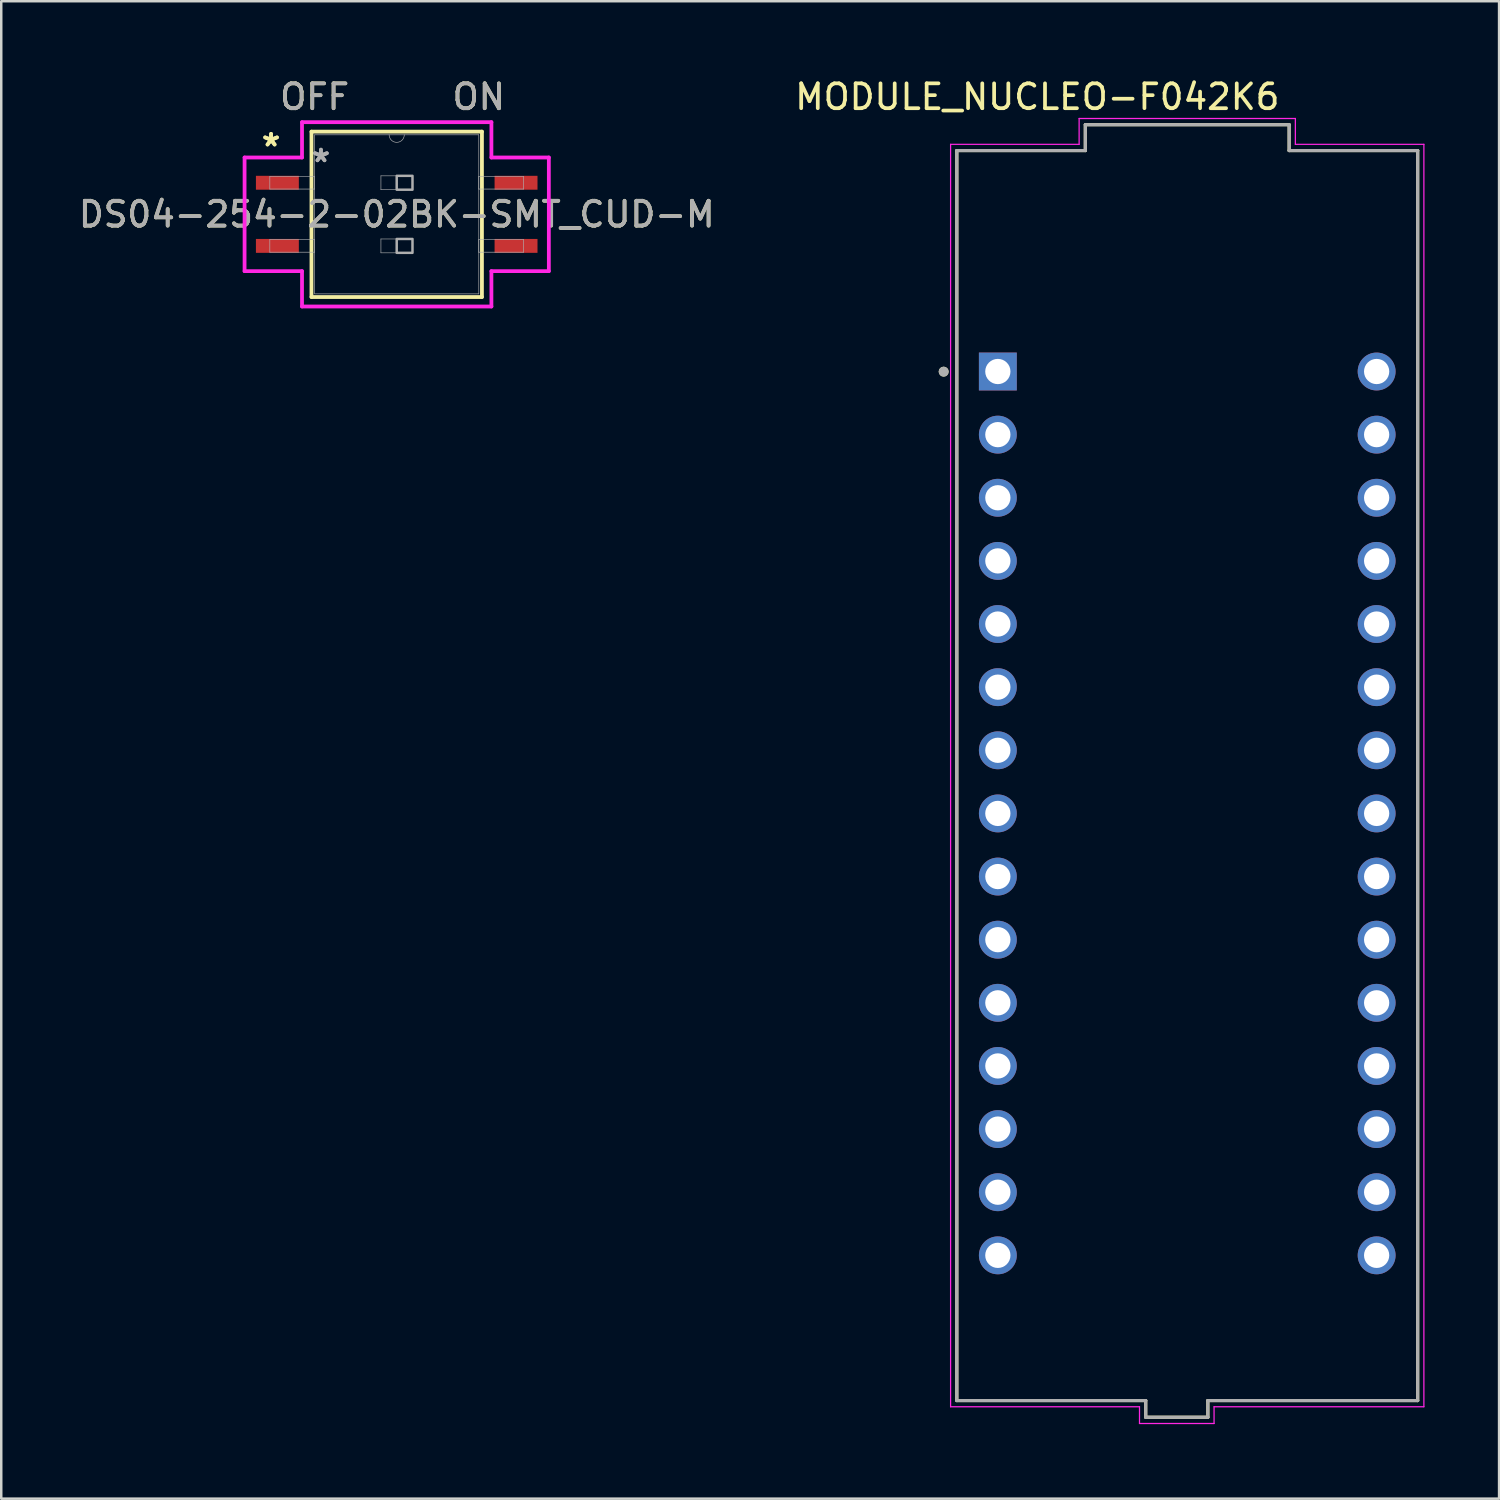
<source format=kicad_pcb>
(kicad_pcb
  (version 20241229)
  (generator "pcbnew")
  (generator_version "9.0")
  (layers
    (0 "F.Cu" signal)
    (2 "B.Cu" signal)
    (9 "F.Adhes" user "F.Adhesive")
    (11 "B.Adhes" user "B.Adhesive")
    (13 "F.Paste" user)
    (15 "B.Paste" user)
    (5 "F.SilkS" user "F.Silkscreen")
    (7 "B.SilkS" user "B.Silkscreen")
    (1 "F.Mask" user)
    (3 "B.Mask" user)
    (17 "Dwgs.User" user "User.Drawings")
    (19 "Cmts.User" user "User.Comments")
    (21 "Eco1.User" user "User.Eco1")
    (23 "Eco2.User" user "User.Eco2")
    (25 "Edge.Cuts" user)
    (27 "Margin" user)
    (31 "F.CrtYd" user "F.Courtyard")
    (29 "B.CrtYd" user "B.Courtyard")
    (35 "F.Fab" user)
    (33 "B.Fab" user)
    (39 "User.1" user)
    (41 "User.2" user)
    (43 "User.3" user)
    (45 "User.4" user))
  (footprint "MODULE_NUCLEO-F042K6"
    (layer "F.Cu")
    (at 44.717 28.153)
    (property "Reference" "MODULE_NUCLEO-F042K6" (at -6.032 -27.305 0) (layer "F.SilkS") (effects (font (size 1 1) (thickness 0.15))))
    (attr through_hole)
    (fp_line (start -9.271 -25.146) (end -4.1 -25.146) (stroke (width 0.127) (type solid)) (layer "F.SilkS"))
    (fp_line (start -9.271 25.146) (end -9.271 -25.146) (stroke (width 0.127) (type solid)) (layer "F.SilkS"))
    (fp_line (start -4.1 -26.186) (end 4.1 -26.186) (stroke (width 0.127) (type solid)) (layer "F.SilkS"))
    (fp_line (start -4.1 -25.146) (end -4.1 -26.186) (stroke (width 0.127) (type solid)) (layer "F.SilkS"))
    (fp_line (start -1.671 25.146) (end -9.271 25.146) (stroke (width 0.127) (type solid)) (layer "F.SilkS"))
    (fp_line (start -1.671 25.146) (end -1.671 25.819) (stroke (width 0.127) (type solid)) (layer "F.SilkS"))
    (fp_line (start -1.671 25.819) (end 0.829 25.819) (stroke (width 0.127) (type solid)) (layer "F.SilkS"))
    (fp_line (start 0.829 25.819) (end 0.829 25.146) (stroke (width 0.127) (type solid)) (layer "F.SilkS"))
    (fp_line (start 4.1 -26.186) (end 4.1 -25.146) (stroke (width 0.127) (type solid)) (layer "F.SilkS"))
    (fp_line (start 4.1 -25.146) (end 9.271 -25.146) (stroke (width 0.127) (type solid)) (layer "F.SilkS"))
    (fp_line (start 9.271 -25.146) (end 9.271 25.146) (stroke (width 0.127) (type solid)) (layer "F.SilkS"))
    (fp_line (start 9.271 25.146) (end 0.829 25.146) (stroke (width 0.127) (type solid)) (layer "F.SilkS"))
    (fp_circle (center -9.8 -16.25) (end -9.7 -16.25) (stroke (width 0.2) (type solid)) (fill no) (layer "F.SilkS"))
    (fp_line (start -9.521 -25.396) (end -4.35 -25.396) (stroke (width 0.05) (type solid)) (layer "F.CrtYd"))
    (fp_line (start -9.521 25.396) (end -9.521 -25.396) (stroke (width 0.05) (type solid)) (layer "F.CrtYd"))
    (fp_line (start -4.35 -26.436) (end 4.35 -26.436) (stroke (width 0.05) (type solid)) (layer "F.CrtYd"))
    (fp_line (start -4.35 -25.396) (end -4.35 -26.436) (stroke (width 0.05) (type solid)) (layer "F.CrtYd"))
    (fp_line (start -1.921 25.396) (end -9.521 25.396) (stroke (width 0.05) (type solid)) (layer "F.CrtYd"))
    (fp_line (start -1.921 25.396) (end -1.921 26.069) (stroke (width 0.05) (type solid)) (layer "F.CrtYd"))
    (fp_line (start -1.921 26.069) (end 1.079 26.069) (stroke (width 0.05) (type solid)) (layer "F.CrtYd"))
    (fp_line (start 1.079 26.069) (end 1.079 25.396) (stroke (width 0.05) (type solid)) (layer "F.CrtYd"))
    (fp_line (start 4.35 -26.436) (end 4.35 -25.396) (stroke (width 0.05) (type solid)) (layer "F.CrtYd"))
    (fp_line (start 4.35 -25.396) (end 9.521 -25.396) (stroke (width 0.05) (type solid)) (layer "F.CrtYd"))
    (fp_line (start 9.521 -25.396) (end 9.521 25.396) (stroke (width 0.05) (type solid)) (layer "F.CrtYd"))
    (fp_line (start 9.521 25.396) (end 1.079 25.396) (stroke (width 0.05) (type solid)) (layer "F.CrtYd"))
    (fp_line (start -9.271 -25.146) (end -4.1 -25.146) (stroke (width 0.127) (type solid)) (layer "F.Fab"))
    (fp_line (start -9.271 25.146) (end -9.271 -25.146) (stroke (width 0.127) (type solid)) (layer "F.Fab"))
    (fp_line (start -4.1 -26.186) (end 4.1 -26.186) (stroke (width 0.127) (type solid)) (layer "F.Fab"))
    (fp_line (start -4.1 -25.146) (end -4.1 -26.186) (stroke (width 0.127) (type solid)) (layer "F.Fab"))
    (fp_line (start -1.671 25.146) (end -9.271 25.146) (stroke (width 0.127) (type solid)) (layer "F.Fab"))
    (fp_line (start -1.671 25.146) (end -1.671 25.819) (stroke (width 0.127) (type solid)) (layer "F.Fab"))
    (fp_line (start -1.671 25.819) (end 0.829 25.819) (stroke (width 0.127) (type solid)) (layer "F.Fab"))
    (fp_line (start 0.829 25.819) (end 0.829 25.146) (stroke (width 0.127) (type solid)) (layer "F.Fab"))
    (fp_line (start 4.1 -26.186) (end 4.1 -25.146) (stroke (width 0.127) (type solid)) (layer "F.Fab"))
    (fp_line (start 4.1 -25.146) (end 9.271 -25.146) (stroke (width 0.127) (type solid)) (layer "F.Fab"))
    (fp_line (start 9.271 -25.146) (end 9.271 25.146) (stroke (width 0.127) (type solid)) (layer "F.Fab"))
    (fp_line (start 9.271 25.146) (end 0.829 25.146) (stroke (width 0.127) (type solid)) (layer "F.Fab"))
    (fp_circle (center -9.8 -16.25) (end -9.7 -16.25) (stroke (width 0.2) (type solid)) (fill no) (layer "F.Fab"))
    (pad "CN3_1" thru_hole rect (at -7.62 -16.256) (size 1.524 1.524) (drill 1.016) (layers "*.Cu" "*.Mask"))
    (pad "CN3_2" thru_hole circle (at -7.62 -13.716) (size 1.524 1.524) (drill 1.016) (layers "*.Cu" "*.Mask"))
    (pad "CN3_3" thru_hole circle (at -7.62 -11.176) (size 1.524 1.524) (drill 1.016) (layers "*.Cu" "*.Mask"))
    (pad "CN3_4" thru_hole circle (at -7.62 -8.636) (size 1.524 1.524) (drill 1.016) (layers "*.Cu" "*.Mask"))
    (pad "CN3_5" thru_hole circle (at -7.62 -6.096) (size 1.524 1.524) (drill 1.016) (layers "*.Cu" "*.Mask"))
    (pad "CN3_6" thru_hole circle (at -7.62 -3.556) (size 1.524 1.524) (drill 1.016) (layers "*.Cu" "*.Mask"))
    (pad "CN3_7" thru_hole circle (at -7.62 -1.016) (size 1.524 1.524) (drill 1.016) (layers "*.Cu" "*.Mask"))
    (pad "CN3_8" thru_hole circle (at -7.62 1.524) (size 1.524 1.524) (drill 1.016) (layers "*.Cu" "*.Mask"))
    (pad "CN3_9" thru_hole circle (at -7.62 4.064) (size 1.524 1.524) (drill 1.016) (layers "*.Cu" "*.Mask"))
    (pad "CN3_10" thru_hole circle (at -7.62 6.604) (size 1.524 1.524) (drill 1.016) (layers "*.Cu" "*.Mask"))
    (pad "CN3_11" thru_hole circle (at -7.62 9.144) (size 1.524 1.524) (drill 1.016) (layers "*.Cu" "*.Mask"))
    (pad "CN3_12" thru_hole circle (at -7.62 11.684) (size 1.524 1.524) (drill 1.016) (layers "*.Cu" "*.Mask"))
    (pad "CN3_13" thru_hole circle (at -7.62 14.224) (size 1.524 1.524) (drill 1.016) (layers "*.Cu" "*.Mask"))
    (pad "CN3_14" thru_hole circle (at -7.62 16.764) (size 1.524 1.524) (drill 1.016) (layers "*.Cu" "*.Mask"))
    (pad "CN3_15" thru_hole circle (at -7.62 19.304) (size 1.524 1.524) (drill 1.016) (layers "*.Cu" "*.Mask"))
    (pad "CN4_1" thru_hole circle (at 7.62 -16.256) (size 1.524 1.524) (drill 1.016) (layers "*.Cu" "*.Mask"))
    (pad "CN4_2" thru_hole circle (at 7.62 -13.716) (size 1.524 1.524) (drill 1.016) (layers "*.Cu" "*.Mask"))
    (pad "CN4_3" thru_hole circle (at 7.62 -11.176) (size 1.524 1.524) (drill 1.016) (layers "*.Cu" "*.Mask"))
    (pad "CN4_4" thru_hole circle (at 7.62 -8.636) (size 1.524 1.524) (drill 1.016) (layers "*.Cu" "*.Mask"))
    (pad "CN4_5" thru_hole circle (at 7.62 -6.096) (size 1.524 1.524) (drill 1.016) (layers "*.Cu" "*.Mask"))
    (pad "CN4_6" thru_hole circle (at 7.62 -3.556) (size 1.524 1.524) (drill 1.016) (layers "*.Cu" "*.Mask"))
    (pad "CN4_7" thru_hole circle (at 7.62 -1.016) (size 1.524 1.524) (drill 1.016) (layers "*.Cu" "*.Mask"))
    (pad "CN4_8" thru_hole circle (at 7.62 1.524) (size 1.524 1.524) (drill 1.016) (layers "*.Cu" "*.Mask"))
    (pad "CN4_9" thru_hole circle (at 7.62 4.064) (size 1.524 1.524) (drill 1.016) (layers "*.Cu" "*.Mask"))
    (pad "CN4_10" thru_hole circle (at 7.62 6.604) (size 1.524 1.524) (drill 1.016) (layers "*.Cu" "*.Mask"))
    (pad "CN4_11" thru_hole circle (at 7.62 9.144) (size 1.524 1.524) (drill 1.016) (layers "*.Cu" "*.Mask"))
    (pad "CN4_12" thru_hole circle (at 7.62 11.684) (size 1.524 1.524) (drill 1.016) (layers "*.Cu" "*.Mask"))
    (pad "CN4_13" thru_hole circle (at 7.62 14.224) (size 1.524 1.524) (drill 1.016) (layers "*.Cu" "*.Mask"))
    (pad "CN4_14" thru_hole circle (at 7.62 16.764) (size 1.524 1.524) (drill 1.016) (layers "*.Cu" "*.Mask"))
    (pad "CN4_15" thru_hole circle (at 7.62 19.304) (size 1.524 1.524) (drill 1.016) (layers "*.Cu" "*.Mask")))
  (footprint "DS04-254-2-02BK-SMT_CUD-M"
    (layer "F.Cu")
    (at 12.911 5.573)
    (property "Reference" "DS04-254-2-02BK-SMT_CUD-M" (at 0 0 0) (unlocked yes) (layer "F.SilkS") (effects (font (size 1 1) (thickness 0.15))))
    (attr smd)
    (fp_line (start -3.429 -3.327) (end -3.429 3.327) (stroke (width 0.152) (type solid)) (layer "F.SilkS"))
    (fp_line (start -3.429 3.327) (end 3.429 3.327) (stroke (width 0.152) (type solid)) (layer "F.SilkS"))
    (fp_line (start 3.429 -3.327) (end -3.429 -3.327) (stroke (width 0.152) (type solid)) (layer "F.SilkS"))
    (fp_line (start 3.429 3.327) (end 3.429 -3.327) (stroke (width 0.152) (type solid)) (layer "F.SilkS"))
    (fp_line (start -6.121 -2.286) (end -3.81 -2.286) (stroke (width 0.152) (type solid)) (layer "F.CrtYd"))
    (fp_line (start -6.121 2.286) (end -6.121 -2.286) (stroke (width 0.152) (type solid)) (layer "F.CrtYd"))
    (fp_line (start -3.81 -3.708) (end 3.81 -3.708) (stroke (width 0.152) (type solid)) (layer "F.CrtYd"))
    (fp_line (start -3.81 -2.286) (end -3.81 -3.708) (stroke (width 0.152) (type solid)) (layer "F.CrtYd"))
    (fp_line (start -3.81 2.286) (end -6.121 2.286) (stroke (width 0.152) (type solid)) (layer "F.CrtYd"))
    (fp_line (start -3.81 3.708) (end -3.81 2.286) (stroke (width 0.152) (type solid)) (layer "F.CrtYd"))
    (fp_line (start 3.81 -3.708) (end 3.81 -2.286) (stroke (width 0.152) (type solid)) (layer "F.CrtYd"))
    (fp_line (start 3.81 -2.286) (end 6.121 -2.286) (stroke (width 0.152) (type solid)) (layer "F.CrtYd"))
    (fp_line (start 3.81 2.286) (end 3.81 3.708) (stroke (width 0.152) (type solid)) (layer "F.CrtYd"))
    (fp_line (start 3.81 3.708) (end -3.81 3.708) (stroke (width 0.152) (type solid)) (layer "F.CrtYd"))
    (fp_line (start 6.121 -2.286) (end 6.121 2.286) (stroke (width 0.152) (type solid)) (layer "F.CrtYd"))
    (fp_line (start 6.121 2.286) (end 3.81 2.286) (stroke (width 0.152) (type solid)) (layer "F.CrtYd"))
    (fp_line (start -5.105 -1.524) (end -5.105 -1.016) (stroke (width 0.025) (type solid)) (layer "F.Fab"))
    (fp_line (start -5.105 -1.016) (end -3.302 -1.016) (stroke (width 0.025) (type solid)) (layer "F.Fab"))
    (fp_line (start -5.105 1.016) (end -5.105 1.524) (stroke (width 0.025) (type solid)) (layer "F.Fab"))
    (fp_line (start -5.105 1.524) (end -3.302 1.524) (stroke (width 0.025) (type solid)) (layer "F.Fab"))
    (fp_line (start -3.302 -3.2) (end -3.302 3.2) (stroke (width 0.025) (type solid)) (layer "F.Fab"))
    (fp_line (start -3.302 -1.524) (end -5.105 -1.524) (stroke (width 0.025) (type solid)) (layer "F.Fab"))
    (fp_line (start -3.302 -1.016) (end -3.302 -1.524) (stroke (width 0.025) (type solid)) (layer "F.Fab"))
    (fp_line (start -3.302 1.016) (end -5.105 1.016) (stroke (width 0.025) (type solid)) (layer "F.Fab"))
    (fp_line (start -3.302 1.524) (end -3.302 1.016) (stroke (width 0.025) (type solid)) (layer "F.Fab"))
    (fp_line (start -3.302 3.2) (end 3.302 3.2) (stroke (width 0.025) (type solid)) (layer "F.Fab"))
    (fp_line (start -0.635 -1.549) (end 0.635 -1.549) (stroke (width 0.025) (type solid)) (layer "F.Fab"))
    (fp_line (start -0.635 -0.991) (end -0.635 -1.549) (stroke (width 0.025) (type solid)) (layer "F.Fab"))
    (fp_line (start -0.635 0.991) (end 0.635 0.991) (stroke (width 0.025) (type solid)) (layer "F.Fab"))
    (fp_line (start -0.635 1.549) (end -0.635 0.991) (stroke (width 0.025) (type solid)) (layer "F.Fab"))
    (fp_line (start 0.635 -1.549) (end 0.635 -0.991) (stroke (width 0.025) (type solid)) (layer "F.Fab"))
    (fp_line (start 0.635 -0.991) (end -0.635 -0.991) (stroke (width 0.025) (type solid)) (layer "F.Fab"))
    (fp_line (start 0.635 0.991) (end 0.635 1.549) (stroke (width 0.025) (type solid)) (layer "F.Fab"))
    (fp_line (start 0.635 1.549) (end -0.635 1.549) (stroke (width 0.025) (type solid)) (layer "F.Fab"))
    (fp_line (start 3.302 -3.2) (end -3.302 -3.2) (stroke (width 0.025) (type solid)) (layer "F.Fab"))
    (fp_line (start 3.302 -1.524) (end 3.302 -1.016) (stroke (width 0.025) (type solid)) (layer "F.Fab"))
    (fp_line (start 3.302 -1.016) (end 5.105 -1.016) (stroke (width 0.025) (type solid)) (layer "F.Fab"))
    (fp_line (start 3.302 1.016) (end 3.302 1.524) (stroke (width 0.025) (type solid)) (layer "F.Fab"))
    (fp_line (start 3.302 1.524) (end 5.105 1.524) (stroke (width 0.025) (type solid)) (layer "F.Fab"))
    (fp_line (start 3.302 3.2) (end 3.302 -3.2) (stroke (width 0.025) (type solid)) (layer "F.Fab"))
    (fp_line (start 5.105 -1.524) (end 3.302 -1.524) (stroke (width 0.025) (type solid)) (layer "F.Fab"))
    (fp_line (start 5.105 -1.016) (end 5.105 -1.524) (stroke (width 0.025) (type solid)) (layer "F.Fab"))
    (fp_line (start 5.105 1.016) (end 3.302 1.016) (stroke (width 0.025) (type solid)) (layer "F.Fab"))
    (fp_line (start 5.105 1.524) (end 5.105 1.016) (stroke (width 0.025) (type solid)) (layer "F.Fab"))
    (fp_arc (start 0.3048 -3.2004) (mid 0 -2.8956) (end -0.3048 -3.2004) (stroke (width 0.0254) (type solid)) (layer "F.Fab"))
    (fp_poly (pts (xy 0 -1.549) (xy 0.635 -1.549) (xy 0.635 -0.991) (xy 0 -0.991)) (stroke (width 0.1) (type solid)) (fill no) (layer "F.Fab"))
    (fp_poly (pts (xy 0 0.991) (xy 0.635 0.991) (xy 0.635 1.549) (xy 0 1.549)) (stroke (width 0.1) (type solid)) (fill no) (layer "F.Fab"))
    (fp_text user "*" (at -5.055 -2.692 0) (layer "F.SilkS") (effects (font (size 1 1) (thickness 0.15))))
    (fp_text user "ON" (at 3.302 -4.724 0) (unlocked yes) (layer "F.SilkS") (effects (font (size 1 1) (thickness 0.15))))
    (fp_text user "*" (at -5.055 -2.692 0) (unlocked yes) (layer "F.SilkS") (effects (font (size 1 1) (thickness 0.15))))
    (fp_text user "OFF" (at -3.302 -4.724 0) (unlocked yes) (layer "F.SilkS") (effects (font (size 1 1) (thickness 0.15))))
    (fp_text user "OFF" (at -3.302 -4.724 0) (unlocked yes) (layer "F.Fab") (effects (font (size 1 1) (thickness 0.15))))
    (fp_text user "ON" (at 3.302 -4.724 0) (unlocked yes) (layer "F.Fab") (effects (font (size 1 1) (thickness 0.15))))
    (fp_text user "*" (at -3.048 -2.057 0) (layer "F.Fab") (effects (font (size 1 1) (thickness 0.15))))
    (fp_text user "*" (at -3.048 -2.057 0) (unlocked yes) (layer "F.Fab") (effects (font (size 1 1) (thickness 0.15))))
    (fp_text user "${REFERENCE}" (at 0 0 0) (unlocked yes) (layer "F.Fab") (effects (font (size 1 1) (thickness 0.15))))
    (pad "1" smd rect (at -4.801 -1.27) (size 1.727 0.559) (layers "F.Cu" "F.Mask" "F.Paste"))
    (pad "2" smd rect (at -4.801 1.27) (size 1.727 0.559) (layers "F.Cu" "F.Mask" "F.Paste"))
    (pad "3" smd rect (at 4.801 1.27) (size 1.727 0.559) (layers "F.Cu" "F.Mask" "F.Paste"))
    (pad "4" smd rect (at 4.801 -1.27) (size 1.727 0.559) (layers "F.Cu" "F.Mask" "F.Paste")))
  (gr_rect
    (start -3 -3)
    (end 57.263 57.247)
    (stroke (width 0.1) (type default))
    (fill no)
    (layer "Edge.Cuts")))
</source>
